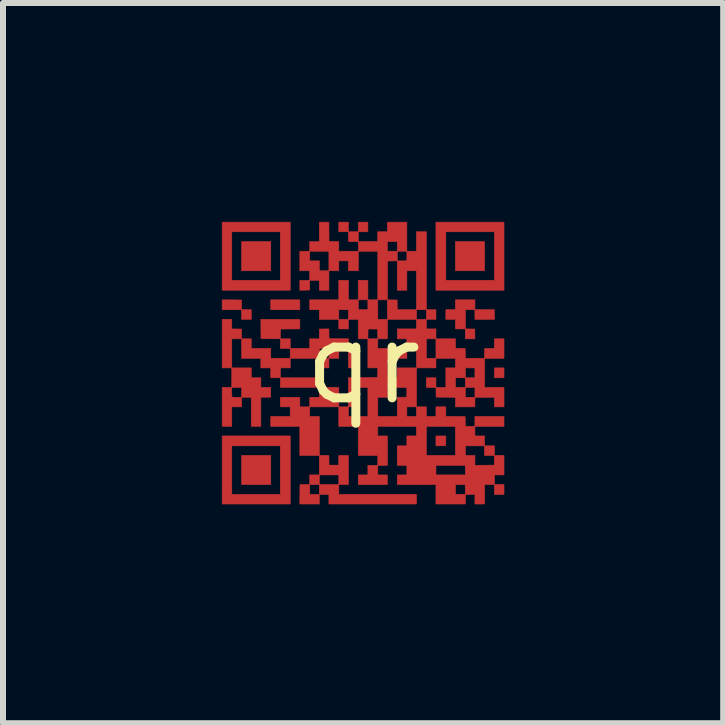
<source format=kicad_pcb>
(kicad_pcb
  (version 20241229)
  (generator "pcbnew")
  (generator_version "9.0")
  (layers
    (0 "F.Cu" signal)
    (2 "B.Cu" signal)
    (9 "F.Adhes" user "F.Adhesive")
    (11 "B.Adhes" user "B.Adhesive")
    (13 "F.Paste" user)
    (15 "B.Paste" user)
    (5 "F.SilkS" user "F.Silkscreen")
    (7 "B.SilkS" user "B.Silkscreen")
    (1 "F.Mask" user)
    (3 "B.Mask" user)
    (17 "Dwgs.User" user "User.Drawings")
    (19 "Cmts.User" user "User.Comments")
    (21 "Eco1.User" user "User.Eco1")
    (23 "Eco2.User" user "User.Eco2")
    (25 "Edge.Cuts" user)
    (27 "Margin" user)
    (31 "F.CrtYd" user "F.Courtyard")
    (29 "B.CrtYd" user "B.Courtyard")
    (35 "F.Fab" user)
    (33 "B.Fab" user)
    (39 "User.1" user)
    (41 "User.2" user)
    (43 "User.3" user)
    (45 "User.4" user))
  (footprint "qr"
    (layer "F.Cu")
    (at 3.005 3.005)
    (property "Reference" "qr" (at 0 0 0) (layer "F.SilkS") (effects (font (size 1.27 1.27) (thickness 0.15))))
    (attr through_hole)
    (fp_poly (pts (xy -1.54 -1.54) (xy -2.025 -1.54) (xy -2.025 -2.025) (xy -1.54 -2.025) (xy -1.54 -1.54)) (stroke (width 0.01) (type solid)) (fill yes) (layer "F.Cu"))
    (fp_poly (pts (xy -1.54 2.025) (xy -2.025 2.025) (xy -2.025 1.54) (xy -1.54 1.54) (xy -1.54 2.025)) (stroke (width 0.01) (type solid)) (fill yes) (layer "F.Cu"))
    (fp_poly (pts (xy -1.055 -0.89) (xy -1.54 -0.89) (xy -1.54 -1.055) (xy -1.055 -1.055) (xy -1.055 -0.89)) (stroke (width 0.01) (type solid)) (fill yes) (layer "F.Cu"))
    (fp_poly (pts (xy -0.73 0.405) (xy -1.38 0.405) (xy -1.38 0.245) (xy -0.73 0.245) (xy -0.73 0.405)) (stroke (width 0.01) (type solid)) (fill yes) (layer "F.Cu"))
    (fp_poly (pts (xy -0.08 0.08) (xy -0.245 0.08) (xy -0.245 -0.245) (xy -0.08 -0.245) (xy -0.08 0.08)) (stroke (width 0.01) (type solid)) (fill yes) (layer "F.Cu"))
    (fp_poly (pts (xy 0.08 -2.19) (xy -0.08 -2.19) (xy -0.08 -2.35) (xy 0.08 -2.35) (xy 0.08 -2.19)) (stroke (width 0.01) (type solid)) (fill yes) (layer "F.Cu"))
    (fp_poly (pts (xy 1.215 -0.73) (xy 1.055 -0.73) (xy 1.055 -0.89) (xy 1.215 -0.89) (xy 1.215 -0.73)) (stroke (width 0.01) (type solid)) (fill yes) (layer "F.Cu"))
    (fp_poly (pts (xy 2.025 -1.54) (xy 1.54 -1.54) (xy 1.54 -2.025) (xy 2.025 -2.025) (xy 2.025 -1.54)) (stroke (width 0.01) (type solid)) (fill yes) (layer "F.Cu"))
    (fp_poly (pts (xy 2.19 -0.73) (xy 1.865 -0.73) (xy 1.865 -0.89) (xy 2.19 -0.89) (xy 2.19 -0.73)) (stroke (width 0.01) (type solid)) (fill yes) (layer "F.Cu"))
    (fp_poly (pts (xy 2.19 1.54) (xy 2.025 1.54) (xy 2.025 1.38) (xy 2.19 1.38) (xy 2.19 1.54)) (stroke (width 0.01) (type solid)) (fill yes) (layer "F.Cu"))
    (fp_poly (pts (xy 2.35 0.245) (xy 2.19 0.245) (xy 2.19 0.08) (xy 2.35 0.08) (xy 2.35 0.245)) (stroke (width 0.01) (type solid)) (fill yes) (layer "F.Cu"))
    (fp_poly (pts (xy 2.35 1.055) (xy 1.865 1.055) (xy 1.865 0.89) (xy 2.35 0.89) (xy 2.35 1.055)) (stroke (width 0.01) (type solid)) (fill yes) (layer "F.Cu"))
    (fp_poly (pts (xy 2.35 2.19) (xy 2.19 2.19) (xy 2.19 2.025) (xy 2.35 2.025) (xy 2.35 2.19)) (stroke (width 0.01) (type solid)) (fill yes) (layer "F.Cu"))
    (fp_poly (pts (xy -0.405 0.73) (xy -0.89 0.73) (xy -0.89 0.57) (xy -0.73 0.57) (xy -0.73 0.405) (xy -0.405 0.405) (xy -0.405 0.73)) (stroke (width 0.01) (type solid)) (fill yes) (layer "F.Cu"))
    (fp_poly (pts (xy 1.379 1.296) (xy 1.377 1.377) (xy 1.296 1.379) (xy 1.215 1.38) (xy 1.215 1.215) (xy 1.38 1.215) (xy 1.379 1.296)) (stroke (width 0.01) (type solid)) (fill yes) (layer "F.Cu"))
    (fp_poly (pts (xy 0.568 -1.052) (xy 0.569 -0.971) (xy 0.57 -0.89) (xy 0.89 -0.89) (xy 0.89 -0.73) (xy 0.405 -0.73) (xy 0.405 -1.055) (xy 0.568 -1.052)) (stroke (width 0.01) (type solid)) (fill yes) (layer "F.Cu"))
    (fp_poly (pts (xy 0.245 1.865) (xy 0.405 1.865) (xy 0.405 2.025) (xy -0.08 2.025) (xy -0.08 1.865) (xy 0.08 1.865) (xy 0.08 1.705) (xy 0.245 1.705) (xy 0.245 1.865)) (stroke (width 0.01) (type solid)) (fill yes) (layer "F.Cu"))
    (fp_poly (pts (xy -2.189 -1.054) (xy -2.027 -1.052) (xy -2.026 -0.971) (xy -2.025 -0.89) (xy -1.865 -0.89) (xy -1.865 -0.73) (xy -2.025 -0.73) (xy -2.025 -0.89) (xy -2.35 -0.89) (xy -2.35 -1.055) (xy -2.189 -1.054)) (stroke (width 0.01) (type solid)) (fill yes) (layer "F.Cu"))
    (fp_poly (pts (xy -1.215 -1.215) (xy -2.35 -1.215) (xy -2.35 -2.19) (xy -2.19 -2.19) (xy -2.19 -1.38) (xy -1.38 -1.38) (xy -1.38 -2.19) (xy -2.19 -2.19) (xy -2.35 -2.19) (xy -2.35 -2.35) (xy -1.215 -2.35) (xy -1.215 -1.215)) (stroke (width 0.01) (type solid)) (fill yes) (layer "F.Cu"))
    (fp_poly (pts (xy -1.215 2.35) (xy -2.35 2.35) (xy -2.35 1.38) (xy -2.19 1.38) (xy -2.19 2.19) (xy -1.38 2.19) (xy -1.38 1.38) (xy -2.19 1.38) (xy -2.35 1.38) (xy -2.35 1.215) (xy -1.215 1.215) (xy -1.215 2.35)) (stroke (width 0.01) (type solid)) (fill yes) (layer "F.Cu"))
    (fp_poly (pts (xy 2.35 -1.215) (xy 1.215 -1.215) (xy 1.215 -2.19) (xy 1.38 -2.19) (xy 1.38 -1.38) (xy 2.19 -1.38) (xy 2.19 -2.19) (xy 1.38 -2.19) (xy 1.215 -2.19) (xy 1.215 -2.35) (xy 2.35 -2.35) (xy 2.35 -1.215)) (stroke (width 0.01) (type solid)) (fill yes) (layer "F.Cu"))
    (fp_poly (pts (xy 1.055 -0.89) (xy 0.89 -0.89) (xy 0.89 -1.54) (xy 0.73 -1.54) (xy 0.73 -1.215) (xy 0.57 -1.215) (xy 0.57 -1.705) (xy 0.73 -1.705) (xy 0.73 -1.865) (xy 0.89 -1.865) (xy 0.89 -2.19) (xy 1.055 -2.19) (xy 1.055 -0.89)) (stroke (width 0.01) (type solid)) (fill yes) (layer "F.Cu"))
    (fp_poly (pts (xy -1.055 0.73) (xy -0.89 0.73) (xy -0.89 0.89) (xy -0.73 0.89) (xy -0.73 1.54) (xy -1.055 1.54) (xy -1.055 1.055) (xy -1.54 1.055) (xy -1.54 0.89) (xy -1.215 0.89) (xy -1.215 0.73) (xy -1.38 0.73) (xy -1.38 0.57) (xy -1.055 0.57) (xy -1.055 0.73)) (stroke (width 0.01) (type solid)) (fill yes) (layer "F.Cu"))
    (fp_poly (pts (xy -1.055 -0.73) (xy -1.055 -0.57) (xy -1.216 -0.569) (xy -1.377 -0.568) (xy -1.379 -0.486) (xy -1.38 -0.405) (xy -1.298 -0.405) (xy -1.215 -0.405) (xy -1.215 -0.245) (xy -1.38 -0.245) (xy -1.38 -0.405) (xy -1.702 -0.407) (xy -1.704 -0.569) (xy -1.705 -0.73) (xy -1.38 -0.73) (xy -1.055 -0.73)) (stroke (width 0.01) (type solid)) (fill yes) (layer "F.Cu"))
    (fp_poly (pts (xy 1.865 -0.89) (xy 1.705 -0.89) (xy 1.705 -0.57) (xy 1.863 -0.568) (xy 1.864 -0.486) (xy 1.865 -0.405) (xy 1.705 -0.405) (xy 1.705 -0.57) (xy 1.54 -0.57) (xy 1.54 -0.73) (xy 1.38 -0.73) (xy 1.38 -0.89) (xy 1.54 -0.89) (xy 1.54 -1.055) (xy 1.865 -1.055) (xy 1.865 -0.89)) (stroke (width 0.01) (type solid)) (fill yes) (layer "F.Cu"))
    (fp_poly (pts (xy -2.19 -0.65) (xy -2.19 -0.57) (xy -2.109 -0.569) (xy -2.027 -0.568) (xy -2.026 -0.486) (xy -2.025 -0.405) (xy -1.945 -0.405) (xy -1.865 -0.405) (xy -1.865 -0.245) (xy -1.54 -0.245) (xy -1.54 -0.08) (xy -1.215 -0.08) (xy -1.215 0.08) (xy -1.38 0.08) (xy -1.38 0.245) (xy -1.54 0.245) (xy -1.54 0.08) (xy -1.705 0.08) (xy -1.705 -0.08) (xy -2.025 -0.08) (xy -2.025 -0.405) (xy -2.19 -0.405) (xy -2.19 0.08) (xy -2.35 0.08) (xy -2.35 -0.73) (xy -2.19 -0.73) (xy -2.19 -0.65)) (stroke (width 0.01) (type solid)) (fill yes) (layer "F.Cu"))
    (fp_poly (pts (xy -0.569 -0.489) (xy -0.568 -0.407) (xy -0.245 -0.405) (xy -0.245 -0.245) (xy -0.405 -0.245) (xy -0.405 -0.08) (xy -0.57 -0.08) (xy -0.57 0.08) (xy -0.73 0.08) (xy -0.73 -0.08) (xy -1.215 -0.08) (xy -1.215 -0.245) (xy -0.89 -0.245) (xy -0.73 -0.245) (xy -0.73 -0.08) (xy -0.57 -0.08) (xy -0.57 -0.245) (xy -0.73 -0.245) (xy -0.89 -0.245) (xy -0.89 -0.405) (xy -0.81 -0.405) (xy -0.73 -0.405) (xy -0.729 -0.486) (xy -0.728 -0.568) (xy -0.649 -0.569) (xy -0.57 -0.57) (xy -0.569 -0.489)) (stroke (width 0.01) (type solid)) (fill yes) (layer "F.Cu"))
    (fp_poly (pts (xy -0.245 -2.19) (xy -0.08 -2.19) (xy -0.08 -2.025) (xy -0.063 -2.025) (xy 0.405 -2.025) (xy 0.405 -1.865) (xy 0.57 -1.865) (xy 0.57 -2.025) (xy 0.405 -2.025) (xy -0.063 -2.025) (xy 0.242 -2.027) (xy 0.244 -2.109) (xy 0.245 -2.19) (xy 0.405 -2.19) (xy 0.405 -2.35) (xy 0.73 -2.35) (xy 0.73 -1.865) (xy 0.57 -1.865) (xy 0.57 -1.705) (xy 0.407 -1.702) (xy 0.406 -1.379) (xy 0.405 -1.055) (xy 0.245 -1.055) (xy 0.245 -1.865) (xy -0.08 -1.865) (xy -0.08 -2.025) (xy -0.161 -2.026) (xy -0.242 -2.027) (xy -0.245 -2.19) (xy -0.405 -2.19) (xy -0.405 -2.35) (xy -0.245 -2.35) (xy -0.245 -2.19)) (stroke (width 0.01) (type solid)) (fill yes) (layer "F.Cu"))
    (fp_poly (pts (xy -0.568 1.702) (xy -0.407 1.702) (xy -0.406 1.621) (xy -0.405 1.54) (xy -0.245 1.54) (xy -0.245 2.025) (xy -0.405 2.025) (xy -0.405 2.19) (xy 0.89 2.19) (xy 0.89 2.35) (xy -0.57 2.35) (xy -0.57 2.19) (xy -0.73 2.19) (xy -0.73 2.35) (xy -1.055 2.35) (xy -1.054 2.189) (xy -1.052 2.027) (xy -0.905 2.025) (xy -0.89 2.025) (xy -0.89 2.19) (xy -0.73 2.19) (xy -0.73 2.025) (xy -0.89 2.025) (xy -0.905 2.025) (xy -0.89 2.025) (xy -0.89 1.865) (xy -0.73 1.865) (xy -0.73 2.025) (xy -0.405 2.025) (xy -0.405 1.865) (xy -0.73 1.865) (xy -0.73 1.54) (xy -0.57 1.54) (xy -0.568 1.702)) (stroke (width 0.01) (type solid)) (fill yes) (layer "F.Cu"))
    (fp_poly (pts (xy -1.865 0.245) (xy -1.705 0.245) (xy -1.705 0.405) (xy -1.54 0.405) (xy -1.541 0.486) (xy -1.542 0.568) (xy -1.624 0.569) (xy -1.705 0.57) (xy -1.705 1.055) (xy -1.865 1.055) (xy -1.865 0.57) (xy -2.025 0.57) (xy -2.025 0.73) (xy -2.19 0.73) (xy -2.19 1.055) (xy -2.35 1.055) (xy -2.35 0.405) (xy -2.19 0.405) (xy -2.19 0.484) (xy -2.19 0.511) (xy -2.189 0.535) (xy -2.188 0.553) (xy -2.187 0.564) (xy -2.187 0.567) (xy -2.181 0.568) (xy -2.167 0.569) (xy -2.146 0.57) (xy -2.121 0.57) (xy -2.104 0.57) (xy -2.025 0.57) (xy -2.025 0.405) (xy -2.19 0.405) (xy -2.19 0.08) (xy -1.865 0.08) (xy -1.865 0.245)) (stroke (width 0.01) (type solid)) (fill yes) (layer "F.Cu"))
    (fp_poly (pts (xy -0.569 -2.189) (xy -0.568 -2.027) (xy -0.486 -2.026) (xy -0.405 -2.025) (xy -0.405 -1.865) (xy -0.08 -1.865) (xy -0.08 -1.54) (xy -0.245 -1.54) (xy -0.245 -1.705) (xy -0.405 -1.705) (xy -0.405 -1.54) (xy -0.57 -1.54) (xy -0.57 -1.215) (xy -0.73 -1.215) (xy -0.73 -1.38) (xy -0.81 -1.38) (xy -0.89 -1.38) (xy -0.891 -1.299) (xy -0.892 -1.218) (xy -0.974 -1.216) (xy -1.055 -1.215) (xy -1.055 -1.38) (xy -0.89 -1.38) (xy -0.89 -1.54) (xy -1.055 -1.54) (xy -1.055 -1.865) (xy -0.89 -1.865) (xy -0.89 -1.705) (xy -0.73 -1.705) (xy -0.73 -1.54) (xy -0.57 -1.54) (xy -0.57 -1.865) (xy -0.89 -1.865) (xy -0.89 -2.025) (xy -0.73 -2.025) (xy -0.73 -2.35) (xy -0.57 -2.35) (xy -0.569 -2.189)) (stroke (width 0.01) (type solid)) (fill yes) (layer "F.Cu"))
    (fp_poly (pts (xy 0.245 -1.055) (xy 0.245 -0.73) (xy 0.405 -0.73) (xy 0.405 -0.405) (xy 0.245 -0.405) (xy 0.244 -0.486) (xy 0.242 -0.568) (xy 0.083 -0.568) (xy 0.08 -0.405) (xy -0.08 -0.405) (xy -0.08 -0.73) (xy -0.245 -0.73) (xy -0.245 -0.57) (xy -0.405 -0.57) (xy -0.405 -0.73) (xy -0.73 -0.73) (xy -0.73 -0.89) (xy -0.405 -0.89) (xy -0.405 -0.73) (xy -0.245 -0.73) (xy -0.245 -0.89) (xy -0.405 -0.89) (xy -0.73 -0.89) (xy -0.89 -0.89) (xy -0.89 -1.055) (xy -0.405 -1.055) (xy -0.405 -1.38) (xy -0.245 -1.38) (xy -0.245 -1.055) (xy -0.08 -1.055) (xy -0.08 -0.89) (xy 0.08 -0.89) (xy 0.08 -1.055) (xy -0.08 -1.055) (xy -0.08 -1.38) (xy 0.08 -1.38) (xy 0.08 -1.055) (xy 0.245 -1.055)) (stroke (width 0.01) (type solid)) (fill yes) (layer "F.Cu"))
    (fp_poly (pts (xy 1.055 0.73) (xy 1.055 0.89) (xy 1.215 0.89) (xy 1.215 0.73) (xy 1.38 0.73) (xy 1.38 0.89) (xy 1.541 0.891) (xy 1.702 0.892) (xy 1.704 0.974) (xy 1.705 1.055) (xy 1.865 1.055) (xy 1.865 1.215) (xy 2.025 1.215) (xy 2.025 1.38) (xy 1.705 1.38) (xy 1.705 1.54) (xy 1.865 1.54) (xy 1.865 1.705) (xy 2.188 1.702) (xy 2.189 1.621) (xy 2.19 1.54) (xy 2.35 1.54) (xy 2.35 1.865) (xy 2.19 1.865) (xy 2.19 2.025) (xy 2.027 2.027) (xy 2.026 2.189) (xy 2.025 2.35) (xy 1.865 2.35) (xy 1.865 2.19) (xy 1.705 2.19) (xy 1.704 2.109) (xy 1.702 2.027) (xy 1.54 2.025) (xy 1.54 2.19) (xy 1.705 2.19) (xy 1.705 2.35) (xy 1.215 2.35) (xy 1.215 2.025) (xy 0.57 2.025) (xy 0.57 1.865) (xy 0.73 1.865) (xy 0.73 1.705) (xy 1.215 1.705) (xy 1.215 1.865) (xy 1.705 1.865) (xy 1.705 1.705) (xy 1.215 1.705) (xy 0.73 1.705) (xy 0.57 1.705) (xy 0.57 1.38) (xy 0.73 1.38) (xy 0.73 1.215) (xy 0.89 1.215) (xy 0.89 1.055) (xy 1.055 1.055) (xy 1.055 1.54) (xy 1.54 1.54) (xy 1.54 1.055) (xy 1.055 1.055) (xy 0.89 1.055) (xy 0.245 1.055) (xy 0.245 1.215) (xy 0.405 1.215) (xy 0.405 1.705) (xy 0.245 1.705) (xy 0.245 1.54) (xy -0.08 1.54) (xy -0.08 1.055) (xy -0.405 1.055) (xy -0.405 0.73) (xy -0.245 0.73) (xy -0.245 0.89) (xy 0.08 0.89) (xy 0.08 0.57) (xy 0.245 0.57) (xy 0.245 0.89) (xy 0.57 0.89) (xy 0.57 0.73) (xy 0.73 0.73) (xy 0.73 0.89) (xy 0.89 0.89) (xy 0.89 0.73) (xy 0.73 0.73) (xy 0.57 0.73) (xy 0.57 0.57) (xy 0.649 0.569) (xy 0.728 0.568) (xy 0.729 0.486) (xy 0.73 0.405) (xy 0.405 0.405) (xy 0.405 0.57) (xy 0.245 0.57) (xy 0.08 0.57) (xy 0.08 0.405) (xy -0.08 0.405) (xy -0.08 0.73) (xy -0.245 0.73) (xy -0.245 0.245) (xy -0.001 0.244) (xy 0.242 0.242) (xy 0.244 0.161) (xy 0.245 0.08) (xy 0.08 0.08) (xy 0.08 -0.08) (xy 0.405 -0.08) (xy 0.405 0.245) (xy 0.486 0.244) (xy 0.568 0.242) (xy 0.569 0.161) (xy 0.57 0.08) (xy 0.89 0.08) (xy 0.89 -0.245) (xy 0.73 -0.245) (xy 0.73 -0.08) (xy 0.405 -0.08) (xy 0.08 -0.08) (xy 0.08 -0.405) (xy 0.245 -0.405) (xy 0.245 -0.245) (xy 0.73 -0.245) (xy 0.73 -0.405) (xy 1.055 -0.405) (xy 1.055 -0.08) (xy 1.215 -0.08) (xy 1.215 -0.405) (xy 1.055 -0.405) (xy 0.73 -0.405) (xy 0.57 -0.405) (xy 0.57 -0.57) (xy 0.89 -0.57) (xy 0.89 -0.73) (xy 1.055 -0.73) (xy 1.055 -0.57) (xy 1.215 -0.57) (xy 1.215 -0.405) (xy 1.54 -0.405) (xy 1.54 -0.245) (xy 1.702 -0.242) (xy 1.704 -0.161) (xy 1.705 -0.08) (xy 2.025 -0.08) (xy 2.027 -0.242) (xy 2.19 -0.245) (xy 2.19 -0.405) (xy 2.35 -0.405) (xy 2.35 -0.08) (xy 2.025 -0.08) (xy 2.025 0.405) (xy 2.35 0.405) (xy 2.35 0.73) (xy 2.19 0.73) (xy 2.19 0.57) (xy 1.865 0.57) (xy 1.865 0.73) (xy 1.54 0.73) (xy 1.54 0.57) (xy 1.218 0.568) (xy 1.215 0.405) (xy 1.055 0.405) (xy 1.055 0.245) (xy 1.215 0.245) (xy 1.215 0.405) (xy 1.38 0.405) (xy 1.38 0.245) (xy 1.54 0.245) (xy 1.54 0.405) (xy 1.705 0.405) (xy 1.705 0.57) (xy 1.865 0.57) (xy 1.865 0.405) (xy 1.705 0.405) (xy 1.705 0.245) (xy 1.54 0.245) (xy 1.38 0.245) (xy 1.38 0.08) (xy 1.54 0.08) (xy 1.705 0.08) (xy 1.705 0.245) (xy 1.865 0.245) (xy 1.865 0.08) (xy 1.705 0.08) (xy 1.54 0.08) (xy 1.54 -0.08) (xy 1.215 -0.08) (xy 1.215 0.08) (xy 0.89 0.08) (xy 0.89 0.73) (xy 1.055 0.73)) (stroke (width 0.01) (type solid)) (fill yes) (layer "F.Cu"))
    (fp_poly (pts (xy 3 3) (xy -3 3) (xy -3 -3) (xy 3 -3) (xy 3 3)) (stroke (width 0.01) (type solid)) (fill yes) (layer "F.Mask"))
    (zone (net_name "") (layer "F.Cu") (hatch edge 0.5) (connect_pads) (min_thickness 0.25) (filled_areas_thickness no) (keepout (tracks not_allowed) (vias not_allowed) (pads not_allowed) (copperpour not_allowed) (footprints allowed)) (placement (enabled no)) (fill) (polygon (pts (xy 6.005 0.005) (xy 0.005 0.005) (xy 0.005 6.005) (xy 6.005 6.005)))))
  (gr_rect
    (start -3 -3)
    (end 9.01 9.01)
    (stroke (width 0.1) (type default))
    (fill no)
    (layer "Edge.Cuts")))
</source>
